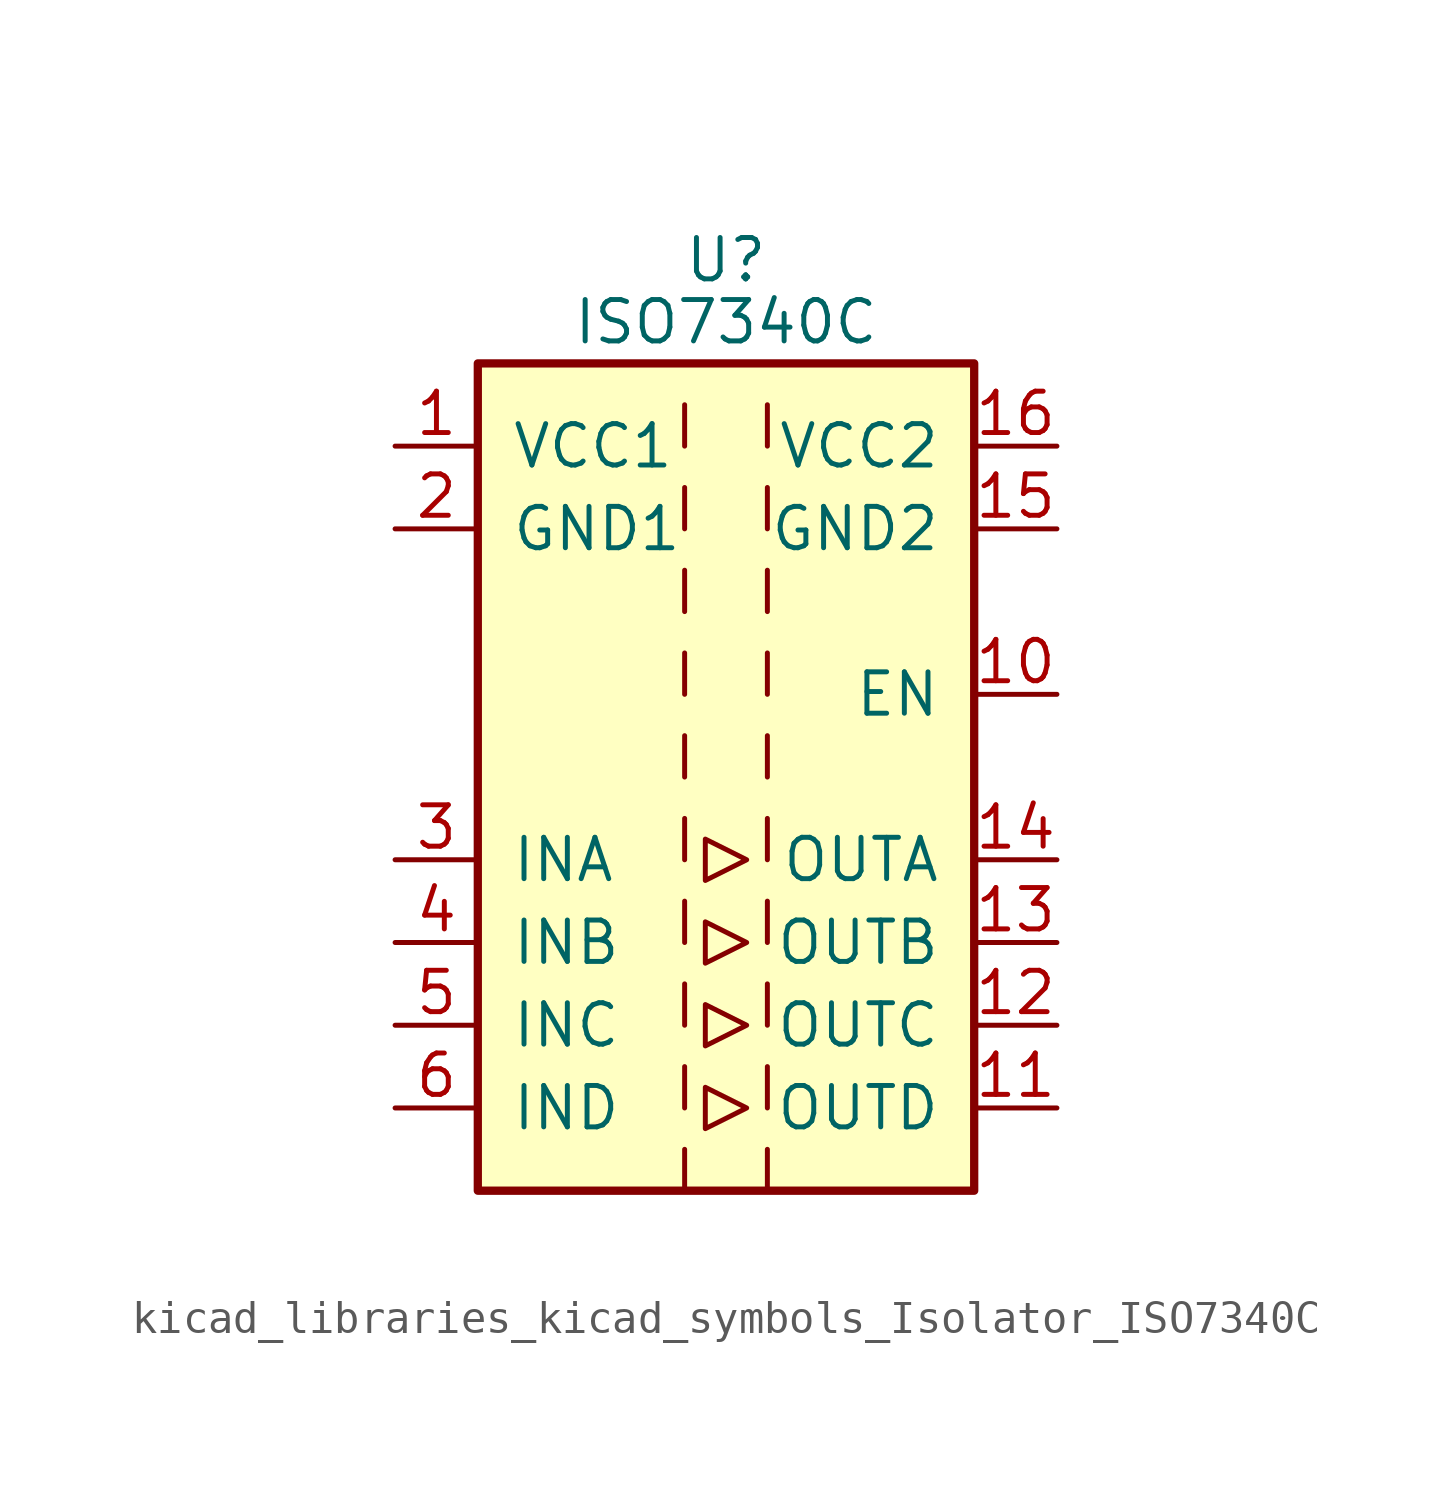
<source format=kicad_sym>
(kicad_symbol_lib
  (version 20220914)
  (generator kicad_symbol_editor)
  (symbol "kicad_libraries_kicad_symbols_Isolator_ISO7340C"
    (pin_names
      (offset 1.016))
    (property "Reference" "U"
      (at 0 15.875 0)
      (effects (font (size 1.27 1.27))))
    (property "Value" "ISO7340C"
      (at 0 13.97 0)
      (effects (font (size 1.27 1.27))))
    (symbol "kicad_libraries_kicad_symbols_Isolator_ISO7340C_0_1"
      (rectangle (start -7.62 12.7) (end 7.62 -12.7) (stroke (width 0.254) (type default)) (fill (type background)))
      (polyline (pts (xy -1.27 -11.43) (xy -1.27 -12.7)) (stroke (width 0) (type default)) (fill (type none)))
      (polyline (pts (xy -1.27 -8.89) (xy -1.27 -10.16)) (stroke (width 0) (type default)) (fill (type none)))
      (polyline (pts (xy -1.27 -6.35) (xy -1.27 -7.62)) (stroke (width 0) (type default)) (fill (type none)))
      (polyline (pts (xy -1.27 -3.81) (xy -1.27 -5.08)) (stroke (width 0) (type default)) (fill (type none)))
      (polyline (pts (xy -1.27 -1.27) (xy -1.27 -2.54)) (stroke (width 0) (type default)) (fill (type none)))
      (polyline (pts (xy -1.27 1.27) (xy -1.27 0)) (stroke (width 0) (type default)) (fill (type none)))
      (polyline (pts (xy -1.27 3.81) (xy -1.27 2.54)) (stroke (width 0) (type default)) (fill (type none)))
      (polyline (pts (xy -1.27 6.35) (xy -1.27 5.08)) (stroke (width 0) (type default)) (fill (type none)))
      (polyline (pts (xy -1.27 8.89) (xy -1.27 7.62)) (stroke (width 0) (type default)) (fill (type none)))
      (polyline (pts (xy -1.27 11.43) (xy -1.27 10.16)) (stroke (width 0) (type default)) (fill (type none)))
      (polyline (pts (xy 1.27 -11.43) (xy 1.27 -12.7)) (stroke (width 0) (type default)) (fill (type none)))
      (polyline (pts (xy 1.27 -8.89) (xy 1.27 -10.16)) (stroke (width 0) (type default)) (fill (type none)))
      (polyline (pts (xy 1.27 -6.35) (xy 1.27 -7.62)) (stroke (width 0) (type default)) (fill (type none)))
      (polyline (pts (xy 1.27 -3.81) (xy 1.27 -5.08)) (stroke (width 0) (type default)) (fill (type none)))
      (polyline (pts (xy 1.27 -1.27) (xy 1.27 -2.54)) (stroke (width 0) (type default)) (fill (type none)))
      (polyline (pts (xy 1.27 1.27) (xy 1.27 0)) (stroke (width 0) (type default)) (fill (type none)))
      (polyline (pts (xy 1.27 3.81) (xy 1.27 2.54)) (stroke (width 0) (type default)) (fill (type none)))
      (polyline (pts (xy 1.27 6.35) (xy 1.27 5.08)) (stroke (width 0) (type default)) (fill (type none)))
      (polyline (pts (xy 1.27 8.89) (xy 1.27 7.62)) (stroke (width 0) (type default)) (fill (type none)))
      (polyline (pts (xy 1.27 11.43) (xy 1.27 10.16)) (stroke (width 0) (type default)) (fill (type none)))
      (polyline (pts (xy -0.635 -9.525) (xy -0.635 -10.795) (xy 0.635 -10.16) (xy -0.635 -9.525)) (stroke (width 0) (type default)) (fill (type none)))
      (polyline (pts (xy -0.635 -6.985) (xy -0.635 -8.255) (xy 0.635 -7.62) (xy -0.635 -6.985)) (stroke (width 0) (type default)) (fill (type none)))
      (polyline (pts (xy -0.635 -4.445) (xy -0.635 -5.715) (xy 0.635 -5.08) (xy -0.635 -4.445)) (stroke (width 0) (type default)) (fill (type none)))
      (polyline (pts (xy -0.635 -1.905) (xy -0.635 -3.175) (xy 0.635 -2.54) (xy -0.635 -1.905)) (stroke (width 0) (type default)) (fill (type none))))
    (symbol "kicad_libraries_kicad_symbols_Isolator_ISO7340C_1_1"
      (pin power_in line (at -10.16 10.16 0) (length 2.54) (name "VCC1" (effects (font (size 1.27 1.27)))) (number "1" (effects (font (size 1.27 1.27)))))
      (pin input line (at 10.16 2.54 180) (length 2.54) (name "EN" (effects (font (size 1.27 1.27)))) (number "10" (effects (font (size 1.27 1.27)))))
      (pin output line (at 10.16 -10.16 180) (length 2.54) (name "OUTD" (effects (font (size 1.27 1.27)))) (number "11" (effects (font (size 1.27 1.27)))))
      (pin output line (at 10.16 -7.62 180) (length 2.54) (name "OUTC" (effects (font (size 1.27 1.27)))) (number "12" (effects (font (size 1.27 1.27)))))
      (pin output line (at 10.16 -5.08 180) (length 2.54) (name "OUTB" (effects (font (size 1.27 1.27)))) (number "13" (effects (font (size 1.27 1.27)))))
      (pin output line (at 10.16 -2.54 180) (length 2.54) (name "OUTA" (effects (font (size 1.27 1.27)))) (number "14" (effects (font (size 1.27 1.27)))))
      (pin power_in line (at 10.16 7.62 180) (length 2.54) (name "GND2" (effects (font (size 1.27 1.27)))) (number "15" (effects (font (size 1.27 1.27)))))
      (pin power_in line (at 10.16 10.16 180) (length 2.54) (name "VCC2" (effects (font (size 1.27 1.27)))) (number "16" (effects (font (size 1.27 1.27)))))
      (pin power_in line (at -10.16 7.62 0) (length 2.54) (name "GND1" (effects (font (size 1.27 1.27)))) (number "2" (effects (font (size 1.27 1.27)))))
      (pin input line (at -10.16 -2.54 0) (length 2.54) (name "INA" (effects (font (size 1.27 1.27)))) (number "3" (effects (font (size 1.27 1.27)))))
      (pin input line (at -10.16 -5.08 0) (length 2.54) (name "INB" (effects (font (size 1.27 1.27)))) (number "4" (effects (font (size 1.27 1.27)))))
      (pin input line (at -10.16 -7.62 0) (length 2.54) (name "INC" (effects (font (size 1.27 1.27)))) (number "5" (effects (font (size 1.27 1.27)))))
      (pin input line (at -10.16 -10.16 0) (length 2.54) (name "IND" (effects (font (size 1.27 1.27)))) (number "6" (effects (font (size 1.27 1.27)))))
      (pin passive line (at -10.16 7.62 0) (length 2.54) hide (name "GND1" (effects (font (size 1.27 1.27)))) (number "8" (effects (font (size 1.27 1.27)))))
      (pin passive line (at 10.16 7.62 180) (length 2.54) hide (name "GND2" (effects (font (size 1.27 1.27)))) (number "9" (effects (font (size 1.27 1.27))))))))
</source>
